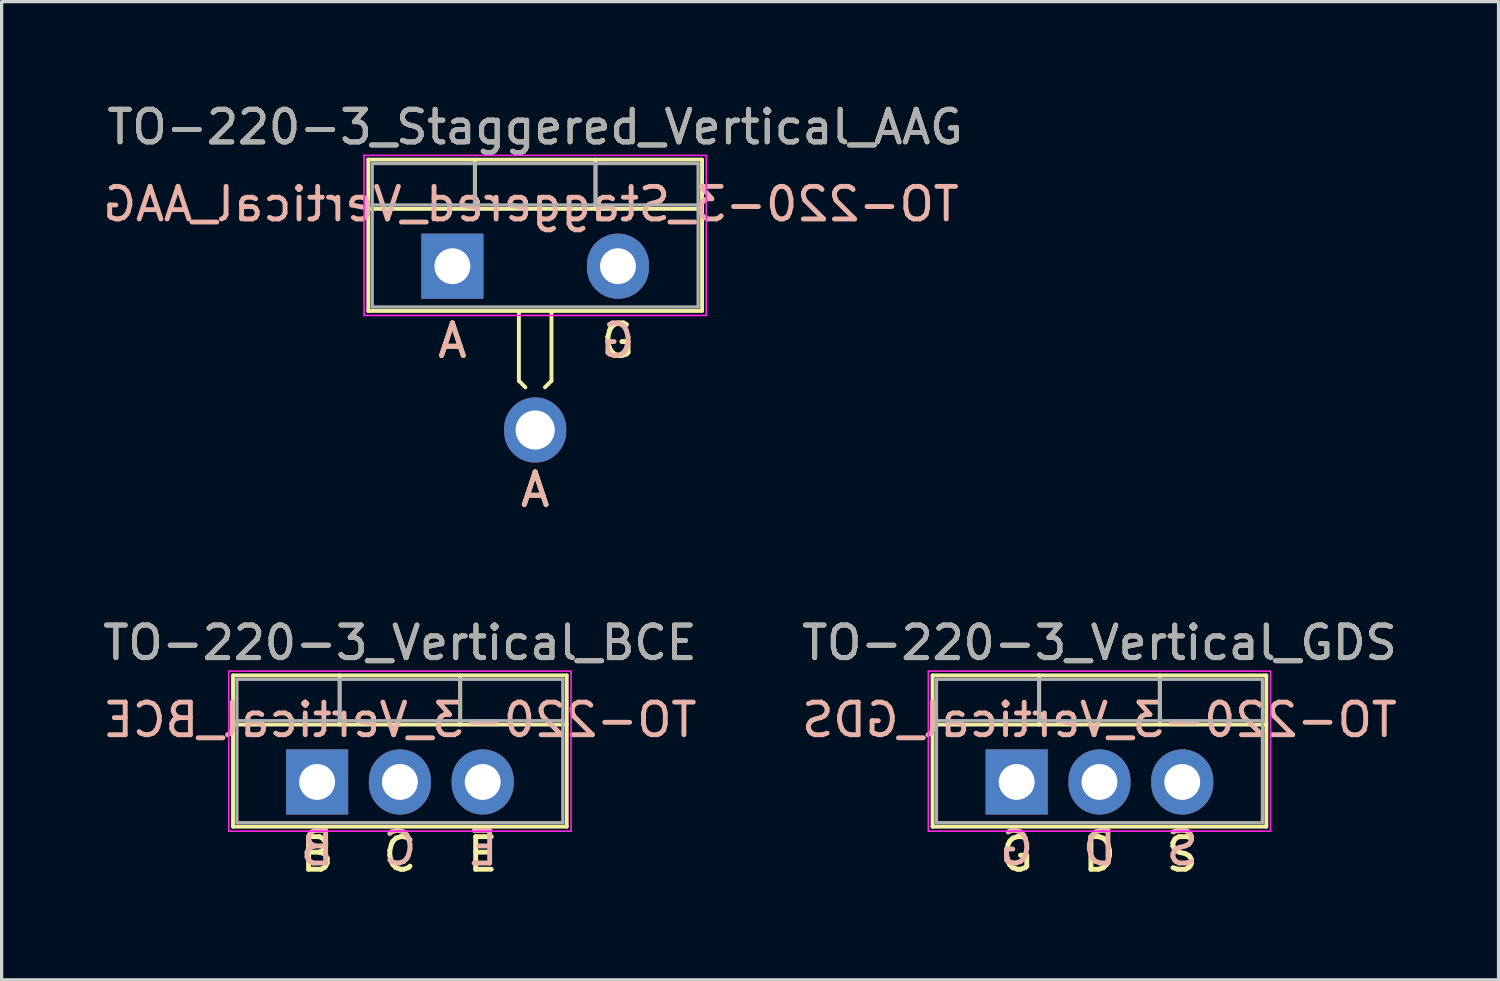
<source format=kicad_pcb>
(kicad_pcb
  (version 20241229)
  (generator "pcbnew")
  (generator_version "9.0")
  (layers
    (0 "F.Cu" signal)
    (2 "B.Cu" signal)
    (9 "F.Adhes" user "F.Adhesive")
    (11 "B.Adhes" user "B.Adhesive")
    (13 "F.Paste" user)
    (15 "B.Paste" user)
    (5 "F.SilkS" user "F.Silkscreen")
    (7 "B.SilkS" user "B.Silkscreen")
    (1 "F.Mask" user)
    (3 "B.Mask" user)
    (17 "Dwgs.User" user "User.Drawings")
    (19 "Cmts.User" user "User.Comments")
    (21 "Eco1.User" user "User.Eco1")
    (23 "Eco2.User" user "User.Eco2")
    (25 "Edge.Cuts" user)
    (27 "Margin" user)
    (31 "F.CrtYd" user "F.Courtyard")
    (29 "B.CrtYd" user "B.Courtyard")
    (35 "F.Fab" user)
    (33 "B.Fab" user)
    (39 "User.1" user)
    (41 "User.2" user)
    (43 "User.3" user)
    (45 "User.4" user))
  (footprint "TO-220-3_Vertical_BCE"
    (layer "F.Cu")
    (at 6.68 20.943)
    (property "Reference" "TO-220-3_Vertical_BCE" (at 2.54 -4.27 0) (layer "F.SilkS") (effects (font (size 1 1) (thickness 0.15))))
    (fp_line (start -2.58 -3.27) (end -2.58 1.371) (stroke (width 0.12) (type solid)) (layer "F.SilkS"))
    (fp_line (start -2.58 -3.27) (end 7.66 -3.27) (stroke (width 0.12) (type solid)) (layer "F.SilkS"))
    (fp_line (start -2.58 -1.76) (end 7.66 -1.76) (stroke (width 0.12) (type solid)) (layer "F.SilkS"))
    (fp_line (start -2.58 1.371) (end 7.66 1.371) (stroke (width 0.12) (type solid)) (layer "F.SilkS"))
    (fp_line (start 0.69 -3.27) (end 0.69 -1.76) (stroke (width 0.12) (type solid)) (layer "F.SilkS"))
    (fp_line (start 4.391 -3.27) (end 4.391 -1.76) (stroke (width 0.12) (type solid)) (layer "F.SilkS"))
    (fp_line (start 7.66 -3.27) (end 7.66 1.371) (stroke (width 0.12) (type solid)) (layer "F.SilkS"))
    (fp_line (start -2.71 -3.4) (end -2.71 1.51) (stroke (width 0.05) (type solid)) (layer "F.CrtYd"))
    (fp_line (start -2.71 1.51) (end 7.79 1.51) (stroke (width 0.05) (type solid)) (layer "F.CrtYd"))
    (fp_line (start 7.79 -3.4) (end -2.71 -3.4) (stroke (width 0.05) (type solid)) (layer "F.CrtYd"))
    (fp_line (start 7.79 1.51) (end 7.79 -3.4) (stroke (width 0.05) (type solid)) (layer "F.CrtYd"))
    (fp_line (start -2.46 -3.15) (end -2.46 1.25) (stroke (width 0.1) (type solid)) (layer "F.Fab"))
    (fp_line (start -2.46 -1.88) (end 7.54 -1.88) (stroke (width 0.1) (type solid)) (layer "F.Fab"))
    (fp_line (start -2.46 1.25) (end 7.54 1.25) (stroke (width 0.1) (type solid)) (layer "F.Fab"))
    (fp_line (start 0.69 -3.15) (end 0.69 -1.88) (stroke (width 0.1) (type solid)) (layer "F.Fab"))
    (fp_line (start 4.39 -3.15) (end 4.39 -1.88) (stroke (width 0.1) (type solid)) (layer "F.Fab"))
    (fp_line (start 7.54 -3.15) (end -2.46 -3.15) (stroke (width 0.1) (type solid)) (layer "F.Fab"))
    (fp_line (start 7.54 1.25) (end 7.54 -3.15) (stroke (width 0.1) (type solid)) (layer "F.Fab"))
    (fp_text user "E" (at 5.08 2.223 0) (unlocked yes) (layer "F.SilkS") (effects (font (size 1 1) (thickness 0.15))))
    (fp_text user "C" (at 2.54 2.223 0) (unlocked yes) (layer "F.SilkS") (effects (font (size 1 1) (thickness 0.15))))
    (fp_text user "B" (at 0 2.223 0) (unlocked yes) (layer "F.SilkS") (effects (font (size 1 1) (thickness 0.15))))
    (fp_text user "E" (at 5.08 2.032 0) (unlocked yes) (layer "B.SilkS") (effects (font (size 1 1) (thickness 0.15)) (justify mirror)))
    (fp_text user "C" (at 2.54 2.032 0) (unlocked yes) (layer "B.SilkS") (effects (font (size 1 1) (thickness 0.15)) (justify mirror)))
    (fp_text user "${REFERENCE}" (at 2.54 -1.905 0) (layer "B.SilkS") (effects (font (size 1 1) (thickness 0.15)) (justify mirror)))
    (fp_text user "B" (at 0 2.032 0) (unlocked yes) (layer "B.SilkS") (effects (font (size 1 1) (thickness 0.15)) (justify mirror)))
    (fp_text user "${REFERENCE}" (at 2.54 -4.27 0) (layer "F.Fab") (effects (font (size 1 1) (thickness 0.15))))
    (pad "1" thru_hole rect (at 0 0) (size 1.905 2) (drill 1.1) (layers "*.Cu" "*.Mask"))
    (pad "2" thru_hole oval (at 2.54 0) (size 1.905 2) (drill 1.1) (layers "*.Cu" "*.Mask"))
    (pad "3" thru_hole oval (at 5.08 0) (size 1.905 2) (drill 1.1) (layers "*.Cu" "*.Mask")))
  (footprint "TO-220-3_Vertical_GDS"
    (layer "F.Cu")
    (at 28.145 20.943)
    (property "Reference" "TO-220-3_Vertical_GDS" (at 2.54 -4.27 0) (layer "F.SilkS") (effects (font (size 1 1) (thickness 0.15))))
    (fp_line (start -2.58 -3.27) (end -2.58 1.371) (stroke (width 0.12) (type solid)) (layer "F.SilkS"))
    (fp_line (start -2.58 -3.27) (end 7.66 -3.27) (stroke (width 0.12) (type solid)) (layer "F.SilkS"))
    (fp_line (start -2.58 -1.76) (end 7.66 -1.76) (stroke (width 0.12) (type solid)) (layer "F.SilkS"))
    (fp_line (start -2.58 1.371) (end 7.66 1.371) (stroke (width 0.12) (type solid)) (layer "F.SilkS"))
    (fp_line (start 0.69 -3.27) (end 0.69 -1.76) (stroke (width 0.12) (type solid)) (layer "F.SilkS"))
    (fp_line (start 4.391 -3.27) (end 4.391 -1.76) (stroke (width 0.12) (type solid)) (layer "F.SilkS"))
    (fp_line (start 7.66 -3.27) (end 7.66 1.371) (stroke (width 0.12) (type solid)) (layer "F.SilkS"))
    (fp_line (start -2.71 -3.4) (end -2.71 1.51) (stroke (width 0.05) (type solid)) (layer "F.CrtYd"))
    (fp_line (start -2.71 1.51) (end 7.79 1.51) (stroke (width 0.05) (type solid)) (layer "F.CrtYd"))
    (fp_line (start 7.79 -3.4) (end -2.71 -3.4) (stroke (width 0.05) (type solid)) (layer "F.CrtYd"))
    (fp_line (start 7.79 1.51) (end 7.79 -3.4) (stroke (width 0.05) (type solid)) (layer "F.CrtYd"))
    (fp_line (start -2.46 -3.15) (end -2.46 1.25) (stroke (width 0.1) (type solid)) (layer "F.Fab"))
    (fp_line (start -2.46 -1.88) (end 7.54 -1.88) (stroke (width 0.1) (type solid)) (layer "F.Fab"))
    (fp_line (start -2.46 1.25) (end 7.54 1.25) (stroke (width 0.1) (type solid)) (layer "F.Fab"))
    (fp_line (start 0.69 -3.15) (end 0.69 -1.88) (stroke (width 0.1) (type solid)) (layer "F.Fab"))
    (fp_line (start 4.39 -3.15) (end 4.39 -1.88) (stroke (width 0.1) (type solid)) (layer "F.Fab"))
    (fp_line (start 7.54 -3.15) (end -2.46 -3.15) (stroke (width 0.1) (type solid)) (layer "F.Fab"))
    (fp_line (start 7.54 1.25) (end 7.54 -3.15) (stroke (width 0.1) (type solid)) (layer "F.Fab"))
    (fp_text user "G" (at 0 2.223 0) (unlocked yes) (layer "F.SilkS") (effects (font (size 1 1) (thickness 0.15))))
    (fp_text user "S" (at 5.08 2.223 0) (unlocked yes) (layer "F.SilkS") (effects (font (size 1 1) (thickness 0.15))))
    (fp_text user "D" (at 2.54 2.223 0) (unlocked yes) (layer "F.SilkS") (effects (font (size 1 1) (thickness 0.15))))
    (fp_text user "G" (at 0 2.032 0) (unlocked yes) (layer "B.SilkS") (effects (font (size 1 1) (thickness 0.15)) (justify mirror)))
    (fp_text user "S" (at 5.08 2.032 0) (unlocked yes) (layer "B.SilkS") (effects (font (size 1 1) (thickness 0.15)) (justify mirror)))
    (fp_text user "D" (at 2.54 2.032 0) (unlocked yes) (layer "B.SilkS") (effects (font (size 1 1) (thickness 0.15)) (justify mirror)))
    (fp_text user "${REFERENCE}" (at 2.54 -1.905 0) (layer "B.SilkS") (effects (font (size 1 1) (thickness 0.15)) (justify mirror)))
    (fp_text user "${REFERENCE}" (at 2.54 -4.27 0) (layer "F.Fab") (effects (font (size 1 1) (thickness 0.15))))
    (pad "1" thru_hole rect (at 0 0) (size 1.905 2) (drill 1.1) (layers "*.Cu" "*.Mask"))
    (pad "2" thru_hole oval (at 2.54 0) (size 1.905 2) (drill 1.1) (layers "*.Cu" "*.Mask"))
    (pad "3" thru_hole oval (at 5.08 0) (size 1.905 2) (drill 1.1) (layers "*.Cu" "*.Mask")))
  (footprint "TO-220-3_Staggered_Vertical_AAG"
    (layer "F.Cu")
    (at 10.831 5.118)
    (property "Reference" "TO-220-3_Staggered_Vertical_AAG" (at 2.54 -4.27 0) (layer "F.SilkS") (effects (font (size 1 1) (thickness 0.15))))
    (fp_line (start -2.58 -3.27) (end -2.58 1.371) (stroke (width 0.12) (type solid)) (layer "F.SilkS"))
    (fp_line (start -2.58 -3.27) (end 7.66 -3.27) (stroke (width 0.12) (type solid)) (layer "F.SilkS"))
    (fp_line (start -2.58 -1.76) (end 7.66 -1.76) (stroke (width 0.12) (type solid)) (layer "F.SilkS"))
    (fp_line (start -2.58 1.371) (end 3.048 1.371) (stroke (width 0.12) (type solid)) (layer "F.SilkS"))
    (fp_line (start 0.69 -3.27) (end 0.69 -1.76) (stroke (width 0.12) (type solid)) (layer "F.SilkS"))
    (fp_line (start 2.04 1.417) (end 2.04 3.517) (stroke (width 0.12) (type solid)) (layer "F.SilkS"))
    (fp_line (start 2.04 3.517) (end 2.24 3.716) (stroke (width 0.12) (type solid)) (layer "F.SilkS"))
    (fp_line (start 3.04 1.417) (end 3.04 3.517) (stroke (width 0.12) (type solid)) (layer "F.SilkS"))
    (fp_line (start 3.04 3.517) (end 2.84 3.716) (stroke (width 0.12) (type solid)) (layer "F.SilkS"))
    (fp_line (start 4.391 -3.27) (end 4.391 -1.76) (stroke (width 0.12) (type solid)) (layer "F.SilkS"))
    (fp_line (start 7.66 -3.27) (end 7.66 1.371) (stroke (width 0.12) (type solid)) (layer "F.SilkS"))
    (fp_line (start 7.66 1.371) (end 3.048 1.371) (stroke (width 0.12) (type solid)) (layer "F.SilkS"))
    (fp_line (start -2.71 -3.4) (end -2.71 1.51) (stroke (width 0.05) (type solid)) (layer "F.CrtYd"))
    (fp_line (start -2.71 1.51) (end 7.79 1.51) (stroke (width 0.05) (type solid)) (layer "F.CrtYd"))
    (fp_line (start 7.79 -3.4) (end -2.71 -3.4) (stroke (width 0.05) (type solid)) (layer "F.CrtYd"))
    (fp_line (start 7.79 1.51) (end 7.79 -3.4) (stroke (width 0.05) (type solid)) (layer "F.CrtYd"))
    (fp_line (start -2.46 -3.15) (end -2.46 1.25) (stroke (width 0.1) (type solid)) (layer "F.Fab"))
    (fp_line (start -2.46 -1.88) (end 7.54 -1.88) (stroke (width 0.1) (type solid)) (layer "F.Fab"))
    (fp_line (start -2.46 1.25) (end 7.54 1.25) (stroke (width 0.1) (type solid)) (layer "F.Fab"))
    (fp_line (start 0.69 -3.15) (end 0.69 -1.88) (stroke (width 0.1) (type solid)) (layer "F.Fab"))
    (fp_line (start 4.39 -3.15) (end 4.39 -1.88) (stroke (width 0.1) (type solid)) (layer "F.Fab"))
    (fp_line (start 7.54 -3.15) (end -2.46 -3.15) (stroke (width 0.1) (type solid)) (layer "F.Fab"))
    (fp_line (start 7.54 1.25) (end 7.54 -3.15) (stroke (width 0.1) (type solid)) (layer "F.Fab"))
    (fp_text user "G" (at 5.08 2.286 0) (unlocked yes) (layer "F.SilkS") (effects (font (size 1 1) (thickness 0.15))))
    (fp_text user "A" (at 0 2.286 0) (unlocked yes) (layer "F.SilkS") (effects (font (size 1 1) (thickness 0.15))))
    (fp_text user "A" (at 2.54 6.858 0) (unlocked yes) (layer "F.SilkS") (effects (font (size 1 1) (thickness 0.15))))
    (fp_text user "G" (at 5.08 2.286 0) (unlocked yes) (layer "B.SilkS") (effects (font (size 1 1) (thickness 0.15)) (justify mirror)))
    (fp_text user "${REFERENCE}" (at 2.413 -1.905 0) (layer "B.SilkS") (effects (font (size 1 1) (thickness 0.15)) (justify mirror)))
    (fp_text user "A" (at 0 2.286 0) (unlocked yes) (layer "B.SilkS") (effects (font (size 1 1) (thickness 0.15)) (justify mirror)))
    (fp_text user "A" (at 2.54 6.858 0) (unlocked yes) (layer "B.SilkS") (effects (font (size 1 1) (thickness 0.15)) (justify mirror)))
    (fp_text user "${REFERENCE}" (at 2.54 -4.27 0) (layer "F.Fab") (effects (font (size 1 1) (thickness 0.15))))
    (pad "1" thru_hole rect (at 0 0) (size 1.905 2) (drill 1.1) (layers "*.Cu" "*.Mask"))
    (pad "2" thru_hole oval (at 2.54 5.026) (size 1.905 2) (drill 1.2) (layers "*.Cu" "*.Mask"))
    (pad "3" thru_hole oval (at 5.08 0) (size 1.905 2) (drill 1.1) (layers "*.Cu" "*.Mask")))
  (gr_rect
    (start -3 -3)
    (end 42.929 27.014)
    (stroke (width 0.1) (type default))
    (fill no)
    (layer "Edge.Cuts")))
</source>
